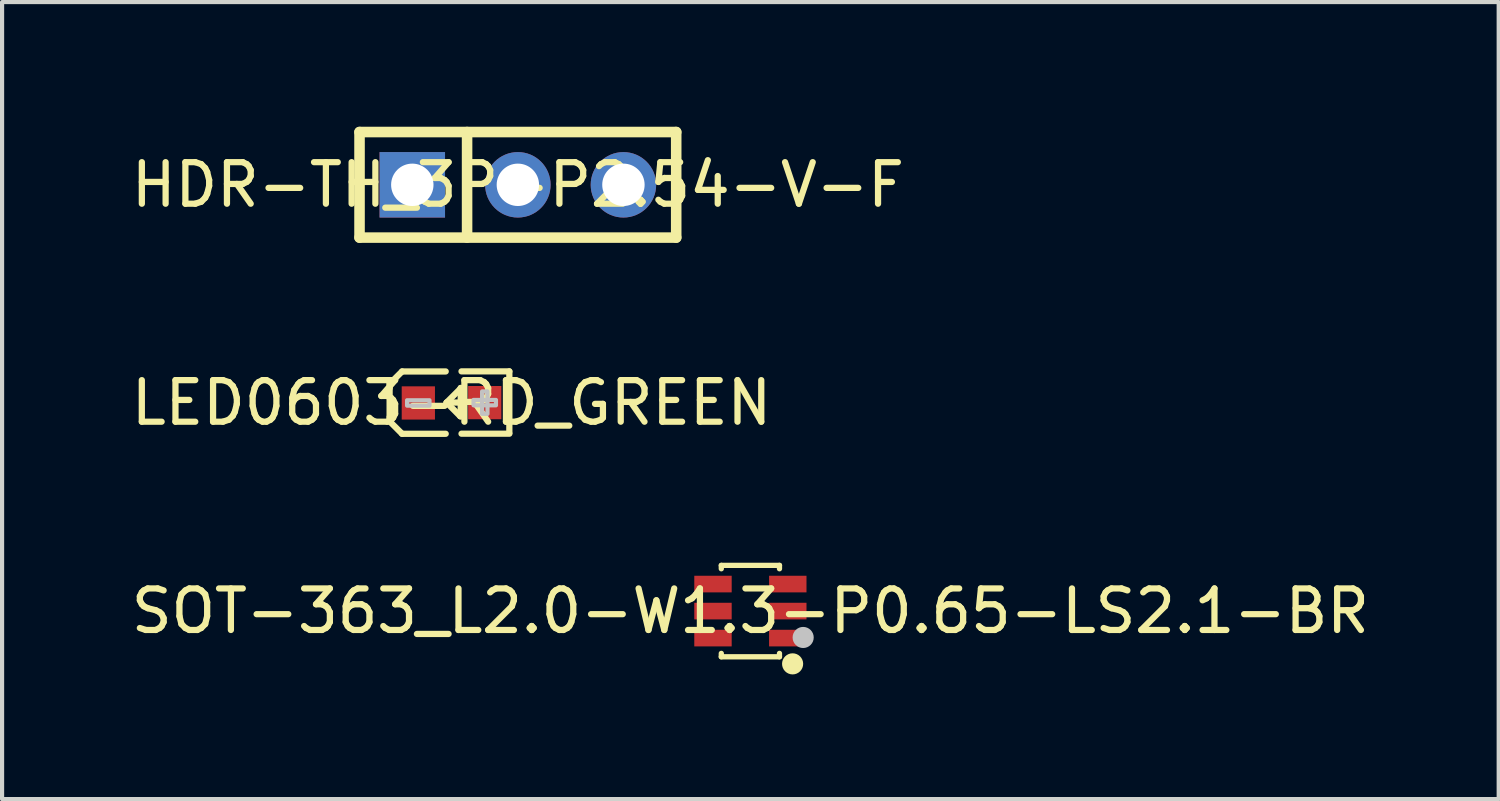
<source format=kicad_pcb>
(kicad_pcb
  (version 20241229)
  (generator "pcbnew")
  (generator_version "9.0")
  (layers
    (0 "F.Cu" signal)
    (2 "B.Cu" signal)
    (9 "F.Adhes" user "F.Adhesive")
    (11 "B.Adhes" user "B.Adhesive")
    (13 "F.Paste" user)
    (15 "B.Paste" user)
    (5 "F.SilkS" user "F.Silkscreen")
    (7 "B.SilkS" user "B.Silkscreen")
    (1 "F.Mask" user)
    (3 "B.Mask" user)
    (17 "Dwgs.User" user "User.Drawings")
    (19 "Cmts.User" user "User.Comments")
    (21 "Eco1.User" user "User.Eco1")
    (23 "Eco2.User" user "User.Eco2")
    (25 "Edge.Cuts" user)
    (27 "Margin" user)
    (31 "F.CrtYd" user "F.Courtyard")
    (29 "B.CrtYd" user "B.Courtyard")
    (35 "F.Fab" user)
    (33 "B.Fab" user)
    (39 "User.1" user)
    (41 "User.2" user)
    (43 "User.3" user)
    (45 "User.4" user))
  (footprint "HDR-TH_3P-P2.54-V-F"
    (layer "F.Cu")
    (at 9.411 1.397)
    (property "Reference" "HDR-TH_3P-P2.54-V-F" (at 0 0 0) (layer "F.SilkS") (effects (font (size 1 1) (thickness 0.15))))
    (fp_line (start -3.81 -1.27) (end -3.81 1.27) (stroke (width 0.254) (type default)) (layer "F.SilkS"))
    (fp_line (start -3.81 -1.27) (end 3.81 -1.27) (stroke (width 0.254) (type default)) (layer "F.SilkS"))
    (fp_line (start -3.81 1.27) (end 3.81 1.27) (stroke (width 0.254) (type default)) (layer "F.SilkS"))
    (fp_line (start -1.222 -1.27) (end -1.222 1.27) (stroke (width 0.254) (type default)) (layer "F.SilkS"))
    (fp_line (start 3.81 -1.27) (end 3.81 1.27) (stroke (width 0.254) (type default)) (layer "F.SilkS"))
    (fp_poly (pts (xy -2.86 -0.125) (xy -2.22 -0.125) (xy -2.22 0.125) (xy -2.86 0.125)) (stroke (width 0.1) (type default)) (fill no) (layer "User.1"))
    (fp_poly (pts (xy -0.32 -0.125) (xy 0.32 -0.125) (xy 0.32 0.125) (xy -0.32 0.125)) (stroke (width 0.1) (type default)) (fill no) (layer "User.1"))
    (fp_poly (pts (xy 2.22 -0.125) (xy 2.86 -0.125) (xy 2.86 0.125) (xy 2.22 0.125)) (stroke (width 0.1) (type default)) (fill no) (layer "User.1"))
    (fp_line (start -3.81 -1.25) (end 3.81 -1.25) (stroke (width 0.051) (type default)) (layer "User.2"))
    (fp_line (start -3.81 1.25) (end -3.81 -1.25) (stroke (width 0.051) (type default)) (layer "User.2"))
    (fp_line (start 3.81 -1.25) (end 3.81 1.25) (stroke (width 0.051) (type default)) (layer "User.2"))
    (fp_line (start 3.81 1.25) (end -3.81 1.25) (stroke (width 0.051) (type default)) (layer "User.2"))
    (fp_poly (pts (xy -3.75 1.25) (xy -3.768 1.208) (xy -3.81 1.19) (xy -3.852 1.208) (xy -3.87 1.25) (xy -3.852 1.292) (xy -3.81 1.31) (xy -3.768 1.292)) (stroke (width 0.1) (type default)) (fill no) (layer "User.3"))
    (pad "1" thru_hole rect (at -2.54 0) (size 1.575 1.575) (drill 1.02) (layers "*.Cu" "*.Mask"))
    (pad "2" thru_hole circle (at 0 0) (size 1.575 1.575) (drill 1.02) (layers "*.Cu" "*.Mask"))
    (pad "3" thru_hole circle (at 2.54 0) (size 1.575 1.575) (drill 1.02) (layers "*.Cu" "*.Mask")))
  (footprint "SOT-363_L2.0-W1.3-P0.65-LS2.1-BR"
    (layer "F.Cu")
    (at 15.006 11.654)
    (property "Reference" "SOT-363_L2.0-W1.3-P0.65-LS2.1-BR" (at 0 0 0) (layer "F.SilkS") (effects (font (size 1 1) (thickness 0.15))))
    (fp_line (start -0.7 -1.018) (end -0.7 -1.1) (stroke (width 0.127) (type default)) (layer "F.SilkS"))
    (fp_line (start -0.7 1.1) (end -0.7 1.018) (stroke (width 0.127) (type default)) (layer "F.SilkS"))
    (fp_line (start 0.7 -1.1) (end -0.7 -1.1) (stroke (width 0.127) (type default)) (layer "F.SilkS"))
    (fp_line (start 0.7 -1.018) (end 0.7 -1.1) (stroke (width 0.127) (type default)) (layer "F.SilkS"))
    (fp_line (start 0.7 1.1) (end -0.7 1.1) (stroke (width 0.127) (type default)) (layer "F.SilkS"))
    (fp_line (start 0.7 1.1) (end 0.7 1.018) (stroke (width 0.127) (type default)) (layer "F.SilkS"))
    (fp_circle (center 1.016 1.27) (end 1.143 1.27) (stroke (width 0.254) (type default)) (fill no) (layer "F.SilkS"))
    (fp_circle (center 1.27 0.635) (end 1.397 0.635) (stroke (width 0.254) (type default)) (fill no) (layer "Dwgs.User"))
    (fp_poly (pts (xy -0.762 -0.525) (xy -1.062 -0.525) (xy -1.062 -0.775) (xy -0.762 -0.775)) (stroke (width 0.1) (type default)) (fill no) (layer "User.1"))
    (fp_poly (pts (xy -0.762 0.125) (xy -1.062 0.125) (xy -1.062 -0.125) (xy -0.762 -0.125)) (stroke (width 0.1) (type default)) (fill no) (layer "User.1"))
    (fp_poly (pts (xy -0.762 0.775) (xy -1.062 0.775) (xy -1.062 0.525) (xy -0.762 0.525)) (stroke (width 0.1) (type default)) (fill no) (layer "User.1"))
    (fp_poly (pts (xy -0.644 -0.525) (xy -0.764 -0.526) (xy -0.764 -0.775) (xy -0.644 -0.775)) (stroke (width 0.1) (type default)) (fill no) (layer "User.1"))
    (fp_poly (pts (xy -0.644 0.124) (xy -0.764 0.124) (xy -0.764 -0.125) (xy -0.644 -0.125)) (stroke (width 0.1) (type default)) (fill no) (layer "User.1"))
    (fp_poly (pts (xy -0.644 0.774) (xy -0.764 0.774) (xy -0.764 0.525) (xy -0.644 0.525)) (stroke (width 0.1) (type default)) (fill no) (layer "User.1"))
    (fp_poly (pts (xy 0.644 -0.774) (xy 0.764 -0.774) (xy 0.764 -0.525) (xy 0.644 -0.525)) (stroke (width 0.1) (type default)) (fill no) (layer "User.1"))
    (fp_poly (pts (xy 0.644 -0.124) (xy 0.764 -0.124) (xy 0.764 0.125) (xy 0.644 0.125)) (stroke (width 0.1) (type default)) (fill no) (layer "User.1"))
    (fp_poly (pts (xy 0.644 0.525) (xy 0.764 0.526) (xy 0.764 0.775) (xy 0.644 0.775)) (stroke (width 0.1) (type default)) (fill no) (layer "User.1"))
    (fp_poly (pts (xy 0.762 -0.775) (xy 1.062 -0.775) (xy 1.062 -0.525) (xy 0.762 -0.525)) (stroke (width 0.1) (type default)) (fill no) (layer "User.1"))
    (fp_poly (pts (xy 0.762 -0.125) (xy 1.062 -0.125) (xy 1.062 0.125) (xy 0.762 0.125)) (stroke (width 0.1) (type default)) (fill no) (layer "User.1"))
    (fp_poly (pts (xy 0.762 0.525) (xy 1.062 0.525) (xy 1.062 0.775) (xy 0.762 0.775)) (stroke (width 0.1) (type default)) (fill no) (layer "User.1"))
    (fp_line (start -0.65 -1) (end 0.65 -1) (stroke (width 0.051) (type default)) (layer "User.2"))
    (fp_line (start -0.65 1) (end -0.65 -1) (stroke (width 0.051) (type default)) (layer "User.2"))
    (fp_line (start 0.65 -1) (end 0.65 1) (stroke (width 0.051) (type default)) (layer "User.2"))
    (fp_line (start 0.65 1) (end -0.65 1) (stroke (width 0.051) (type default)) (layer "User.2"))
    (fp_poly (pts (xy 1.092 0.97) (xy 1.074 0.928) (xy 1.032 0.91) (xy 0.99 0.928) (xy 0.972 0.97) (xy 0.99 1.012) (xy 1.032 1.03) (xy 1.074 1.012)) (stroke (width 0.1) (type default)) (fill no) (layer "User.3"))
    (pad "1" smd rect (at 0.9 0.65 90) (size 0.4 0.9) (layers "F.Cu" "F.Mask" "F.Paste"))
    (pad "2" smd rect (at 0.9 0 90) (size 0.4 0.9) (layers "F.Cu" "F.Mask" "F.Paste"))
    (pad "3" smd rect (at 0.9 -0.65 90) (size 0.4 0.9) (layers "F.Cu" "F.Mask" "F.Paste"))
    (pad "4" smd rect (at -0.9 -0.65 90) (size 0.4 0.9) (layers "F.Cu" "F.Mask" "F.Paste"))
    (pad "5" smd rect (at -0.9 0 90) (size 0.4 0.9) (layers "F.Cu" "F.Mask" "F.Paste"))
    (pad "6" smd rect (at -0.9 0.65 90) (size 0.4 0.9) (layers "F.Cu" "F.Mask" "F.Paste")))
  (footprint "LED0603-RD_GREEN"
    (layer "F.Cu")
    (at 7.815 6.642)
    (property "Reference" "LED0603-RD_GREEN" (at 0 0 0) (layer "F.SilkS") (effects (font (size 1 1) (thickness 0.15))))
    (fp_line (start -1.49 -0.455) (end -1.19 -0.754) (stroke (width 0.15) (type default)) (layer "F.SilkS"))
    (fp_line (start -1.49 -0.354) (end -1.49 -0.455) (stroke (width 0.15) (type default)) (layer "F.SilkS"))
    (fp_line (start -1.49 -0.354) (end -1.49 0.345) (stroke (width 0.15) (type default)) (layer "F.SilkS"))
    (fp_line (start -1.49 0.345) (end -1.49 0.446) (stroke (width 0.15) (type default)) (layer "F.SilkS"))
    (fp_line (start -1.49 0.446) (end -1.19 0.746) (stroke (width 0.15) (type default)) (layer "F.SilkS"))
    (fp_line (start -0.14 -0.754) (end -1.19 -0.754) (stroke (width 0.15) (type default)) (layer "F.SilkS"))
    (fp_line (start -0.14 0.746) (end -1.19 0.746) (stroke (width 0.15) (type default)) (layer "F.SilkS"))
    (fp_line (start 0.21 0.324) (end -0.119 -0.006) (stroke (width 0.15) (type default)) (layer "F.SilkS"))
    (fp_line (start 0.221 -0.356) (end 0.221 -0.346) (stroke (width 0.15) (type default)) (layer "F.SilkS"))
    (fp_line (start 0.221 -0.356) (end 0.221 0.324) (stroke (width 0.15) (type default)) (layer "F.SilkS"))
    (fp_line (start 0.221 -0.346) (end -0.119 -0.006) (stroke (width 0.15) (type default)) (layer "F.SilkS"))
    (fp_line (start 0.221 -0.006) (end -0.119 -0.006) (stroke (width 0.15) (type default)) (layer "F.SilkS"))
    (fp_line (start 0.221 0.324) (end 0.21 0.324) (stroke (width 0.15) (type default)) (layer "F.SilkS"))
    (fp_line (start 0.24 -0.756) (end 1.391 -0.756) (stroke (width 0.15) (type default)) (layer "F.SilkS"))
    (fp_line (start 0.24 0.744) (end 1.391 0.744) (stroke (width 0.15) (type default)) (layer "F.SilkS"))
    (fp_line (start 1.391 -0.756) (end 1.391 0.724) (stroke (width 0.15) (type default)) (layer "F.SilkS"))
    (fp_poly (pts (xy -1.07 -0.061) (xy -0.53 -0.061) (xy -0.53 0.069) (xy -1.07 0.069)) (stroke (width 0.1) (type default)) (fill no) (layer "Dwgs.User"))
    (fp_poly (pts (xy 0.529 -0.069) (xy 1.069 -0.069) (xy 1.069 0.061) (xy 0.529 0.061)) (stroke (width 0.1) (type default)) (fill no) (layer "Dwgs.User"))
    (fp_poly (pts (xy 0.735 0.267) (xy 0.735 -0.273) (xy 0.865 -0.273) (xy 0.865 0.267)) (stroke (width 0.1) (type default)) (fill no) (layer "Dwgs.User"))
    (fp_poly (pts (xy -0.799 0.404) (xy -0.799 -0.397) (xy -0.499 -0.397) (xy -0.499 0.404)) (stroke (width 0.1) (type default)) (fill no) (layer "User.1"))
    (fp_poly (pts (xy 0.5 0.397) (xy 0.5 -0.404) (xy 0.8 -0.404) (xy 0.8 0.397)) (stroke (width 0.1) (type default)) (fill no) (layer "User.1"))
    (fp_line (start -0.799 -0.4) (end 0.8 -0.4) (stroke (width 0.051) (type default)) (layer "User.2"))
    (fp_line (start -0.799 0.4) (end -0.799 -0.4) (stroke (width 0.051) (type default)) (layer "User.2"))
    (fp_line (start 0.8 -0.4) (end 0.8 0.4) (stroke (width 0.051) (type default)) (layer "User.2"))
    (fp_line (start 0.8 0.4) (end -0.799 0.4) (stroke (width 0.051) (type default)) (layer "User.2"))
    (fp_poly (pts (xy -0.74 0.404) (xy -0.757 0.361) (xy -0.799 0.344) (xy -0.842 0.361) (xy -0.86 0.404) (xy -0.842 0.446) (xy -0.799 0.464) (xy -0.757 0.446)) (stroke (width 0.1) (type default)) (fill no) (layer "User.3"))
    (pad "1" smd rect (at -0.799 0.004 90) (size 0.8 0.8) (layers "F.Cu" "F.Mask" "F.Paste"))
    (pad "2" smd rect (at 0.799 -0.004 90) (size 0.8 0.8) (layers "F.Cu" "F.Mask" "F.Paste")))
  (gr_rect
    (start -3 -3)
    (end 33.012 16.178)
    (stroke (width 0.1) (type default))
    (fill no)
    (layer "Edge.Cuts")))
</source>
